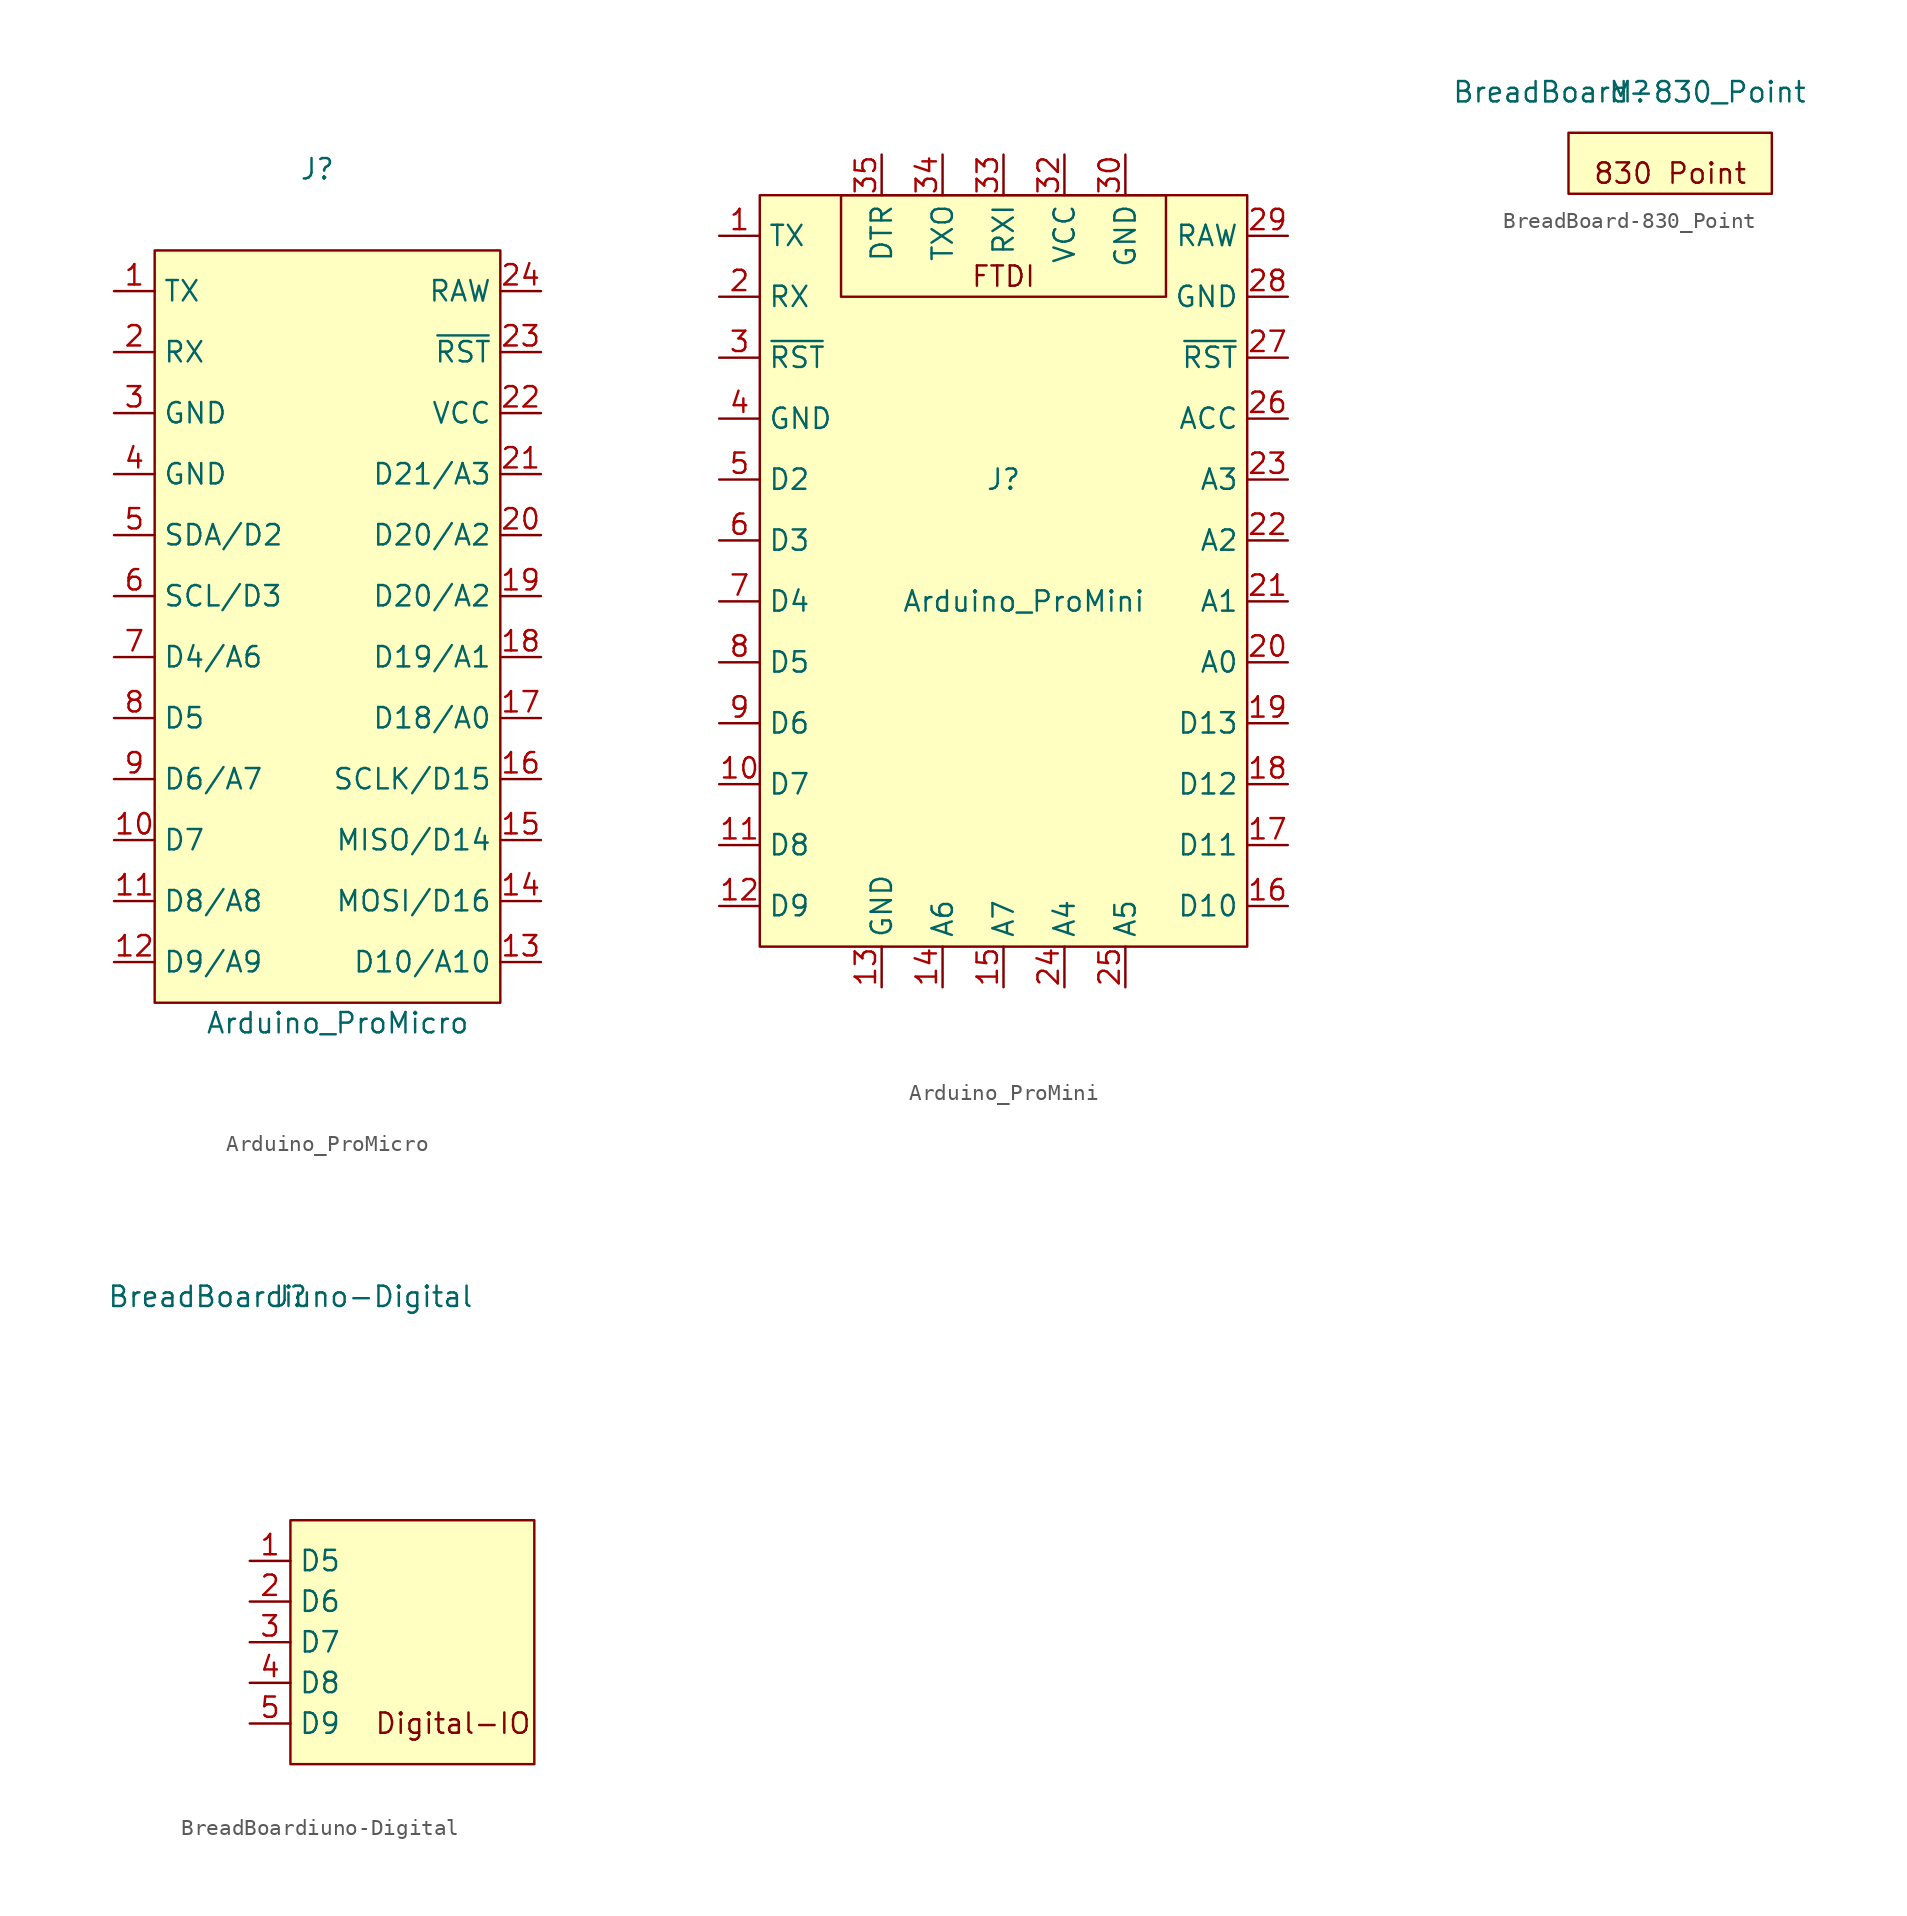
<source format=kicad_sym>
(kicad_symbol_lib
  (version 20231120)
  (generator "kicad_symbol_editor")
  (generator_version "8.0")
  (symbol "Arduino_ProMicro"
    (property "Reference" "J"
      (at 0 5.08 0)
      (effects (font (size 1.27 1.27))))
    (property "Value" "Arduino_ProMicro"
      (at 1.27 -48.26 0)
      (effects (font (size 1.27 1.27))))
    (symbol "Arduino_ProMicro_0_1"
      (rectangle (start -10.16 0) (end 11.43 -46.99) (stroke (width 0) (type default)) (fill (type background))))
    (symbol "Arduino_ProMicro_1_1"
      (pin input line (at -12.7 -2.54 0) (length 2.54) (name "TX" (effects (font (size 1.27 1.27)))) (number "1" (effects (font (size 1.27 1.27)))))
      (pin input line (at -12.7 -36.83 0) (length 2.54) (name "D7" (effects (font (size 1.27 1.27)))) (number "10" (effects (font (size 1.27 1.27)))))
      (pin input line (at -12.7 -40.64 0) (length 2.54) (name "D8/A8" (effects (font (size 1.27 1.27)))) (number "11" (effects (font (size 1.27 1.27)))))
      (pin input line (at -12.7 -44.45 0) (length 2.54) (name "D9/A9" (effects (font (size 1.27 1.27)))) (number "12" (effects (font (size 1.27 1.27)))))
      (pin input line (at 13.97 -44.45 180) (length 2.54) (name "D10/A10" (effects (font (size 1.27 1.27)))) (number "13" (effects (font (size 1.27 1.27)))))
      (pin input line (at 13.97 -40.64 180) (length 2.54) (name "MOSI/D16" (effects (font (size 1.27 1.27)))) (number "14" (effects (font (size 1.27 1.27)))))
      (pin input line (at 13.97 -36.83 180) (length 2.54) (name "MISO/D14" (effects (font (size 1.27 1.27)))) (number "15" (effects (font (size 1.27 1.27)))))
      (pin input line (at 13.97 -33.02 180) (length 2.54) (name "SCLK/D15" (effects (font (size 1.27 1.27)))) (number "16" (effects (font (size 1.27 1.27)))))
      (pin input line (at 13.97 -29.21 180) (length 2.54) (name "D18/A0" (effects (font (size 1.27 1.27)))) (number "17" (effects (font (size 1.27 1.27)))))
      (pin input line (at 13.97 -25.4 180) (length 2.54) (name "D19/A1" (effects (font (size 1.27 1.27)))) (number "18" (effects (font (size 1.27 1.27)))))
      (pin input line (at 13.97 -21.59 180) (length 2.54) (name "D20/A2" (effects (font (size 1.27 1.27)))) (number "19" (effects (font (size 1.27 1.27)))))
      (pin input line (at -12.7 -6.35 0) (length 2.54) (name "RX" (effects (font (size 1.27 1.27)))) (number "2" (effects (font (size 1.27 1.27)))))
      (pin input line (at 13.97 -17.78 180) (length 2.54) (name "D20/A2" (effects (font (size 1.27 1.27)))) (number "20" (effects (font (size 1.27 1.27)))))
      (pin input line (at 13.97 -13.97 180) (length 2.54) (name "D21/A3" (effects (font (size 1.27 1.27)))) (number "21" (effects (font (size 1.27 1.27)))))
      (pin input line (at 13.97 -10.16 180) (length 2.54) (name "VCC" (effects (font (size 1.27 1.27)))) (number "22" (effects (font (size 1.27 1.27)))))
      (pin input line (at 13.97 -6.35 180) (length 2.54) (name "~{RST}" (effects (font (size 1.27 1.27)))) (number "23" (effects (font (size 1.27 1.27)))))
      (pin input line (at 13.97 -2.54 180) (length 2.54) (name "RAW" (effects (font (size 1.27 1.27)))) (number "24" (effects (font (size 1.27 1.27)))))
      (pin input line (at -12.7 -10.16 0) (length 2.54) (name "GND" (effects (font (size 1.27 1.27)))) (number "3" (effects (font (size 1.27 1.27)))))
      (pin input line (at -12.7 -13.97 0) (length 2.54) (name "GND" (effects (font (size 1.27 1.27)))) (number "4" (effects (font (size 1.27 1.27)))))
      (pin input line (at -12.7 -17.78 0) (length 2.54) (name "SDA/D2" (effects (font (size 1.27 1.27)))) (number "5" (effects (font (size 1.27 1.27)))))
      (pin input line (at -12.7 -21.59 0) (length 2.54) (name "SCL/D3" (effects (font (size 1.27 1.27)))) (number "6" (effects (font (size 1.27 1.27)))))
      (pin input line (at -12.7 -25.4 0) (length 2.54) (name "D4/A6" (effects (font (size 1.27 1.27)))) (number "7" (effects (font (size 1.27 1.27)))))
      (pin input line (at -12.7 -29.21 0) (length 2.54) (name "D5" (effects (font (size 1.27 1.27)))) (number "8" (effects (font (size 1.27 1.27)))))
      (pin input line (at -12.7 -33.02 0) (length 2.54) (name "D6/A7" (effects (font (size 1.27 1.27)))) (number "9" (effects (font (size 1.27 1.27)))))))
  (symbol "Arduino_ProMini"
    (property "Reference" "J"
      (at 15.24 -17.78 0)
      (effects (font (size 1.27 1.27))))
    (property "Value" "Arduino_ProMini"
      (at 16.51 -25.4 0)
      (effects (font (size 1.27 1.27))))
    (symbol "Arduino_ProMini_0_0"
      (text "FTDI" (at 15.24 -5.08 0) (effects (font (size 1.27 1.27)))))
    (symbol "Arduino_ProMini_0_1"
      (rectangle (start 0 0) (end 30.48 -46.99) (stroke (width 0) (type default)) (fill (type background)))
      (rectangle (start 5.08 0) (end 25.4 -6.35) (stroke (width 0) (type default)) (fill (type background))))
    (symbol "Arduino_ProMini_1_1"
      (pin input line (at -2.54 -2.54 0) (length 2.54) (name "TX" (effects (font (size 1.27 1.27)))) (number "1" (effects (font (size 1.27 1.27)))))
      (pin input line (at -2.54 -36.83 0) (length 2.54) (name "D7" (effects (font (size 1.27 1.27)))) (number "10" (effects (font (size 1.27 1.27)))))
      (pin input line (at -2.54 -40.64 0) (length 2.54) (name "D8" (effects (font (size 1.27 1.27)))) (number "11" (effects (font (size 1.27 1.27)))))
      (pin input line (at -2.54 -44.45 0) (length 2.54) (name "D9" (effects (font (size 1.27 1.27)))) (number "12" (effects (font (size 1.27 1.27)))))
      (pin input line (at 7.62 -49.53 90) (length 2.54) (name "GND" (effects (font (size 1.27 1.27)))) (number "13" (effects (font (size 1.27 1.27)))))
      (pin input line (at 11.43 -49.53 90) (length 2.54) (name "A6" (effects (font (size 1.27 1.27)))) (number "14" (effects (font (size 1.27 1.27)))))
      (pin input line (at 15.24 -49.53 90) (length 2.54) (name "A7" (effects (font (size 1.27 1.27)))) (number "15" (effects (font (size 1.27 1.27)))))
      (pin input line (at 33.02 -44.45 180) (length 2.54) (name "D10" (effects (font (size 1.27 1.27)))) (number "16" (effects (font (size 1.27 1.27)))))
      (pin input line (at 33.02 -40.64 180) (length 2.54) (name "D11" (effects (font (size 1.27 1.27)))) (number "17" (effects (font (size 1.27 1.27)))))
      (pin input line (at 33.02 -36.83 180) (length 2.54) (name "D12" (effects (font (size 1.27 1.27)))) (number "18" (effects (font (size 1.27 1.27)))))
      (pin input line (at 33.02 -33.02 180) (length 2.54) (name "D13" (effects (font (size 1.27 1.27)))) (number "19" (effects (font (size 1.27 1.27)))))
      (pin input line (at -2.54 -6.35 0) (length 2.54) (name "RX" (effects (font (size 1.27 1.27)))) (number "2" (effects (font (size 1.27 1.27)))))
      (pin input line (at 33.02 -29.21 180) (length 2.54) (name "A0" (effects (font (size 1.27 1.27)))) (number "20" (effects (font (size 1.27 1.27)))))
      (pin input line (at 33.02 -25.4 180) (length 2.54) (name "A1" (effects (font (size 1.27 1.27)))) (number "21" (effects (font (size 1.27 1.27)))))
      (pin input line (at 33.02 -21.59 180) (length 2.54) (name "A2" (effects (font (size 1.27 1.27)))) (number "22" (effects (font (size 1.27 1.27)))))
      (pin input line (at 33.02 -17.78 180) (length 2.54) (name "A3" (effects (font (size 1.27 1.27)))) (number "23" (effects (font (size 1.27 1.27)))))
      (pin input line (at 19.05 -49.53 90) (length 2.54) (name "A4" (effects (font (size 1.27 1.27)))) (number "24" (effects (font (size 1.27 1.27)))))
      (pin input line (at 22.86 -49.53 90) (length 2.54) (name "A5" (effects (font (size 1.27 1.27)))) (number "25" (effects (font (size 1.27 1.27)))))
      (pin input line (at 33.02 -13.97 180) (length 2.54) (name "ACC" (effects (font (size 1.27 1.27)))) (number "26" (effects (font (size 1.27 1.27)))))
      (pin input line (at 33.02 -10.16 180) (length 2.54) (name "~{RST}" (effects (font (size 1.27 1.27)))) (number "27" (effects (font (size 1.27 1.27)))))
      (pin input line (at 33.02 -6.35 180) (length 2.54) (name "GND" (effects (font (size 1.27 1.27)))) (number "28" (effects (font (size 1.27 1.27)))))
      (pin input line (at 33.02 -2.54 180) (length 2.54) (name "RAW" (effects (font (size 1.27 1.27)))) (number "29" (effects (font (size 1.27 1.27)))))
      (pin input line (at -2.54 -10.16 0) (length 2.54) (name "~{RST}" (effects (font (size 1.27 1.27)))) (number "3" (effects (font (size 1.27 1.27)))))
      (pin input line (at 22.86 2.54 270) (length 2.54) (name "GND" (effects (font (size 1.27 1.27)))) (number "30" (effects (font (size 1.27 1.27)))))
      (pin input line (at 22.86 2.54 270) (length 2.54) hide (name "GND" (effects (font (size 1.27 1.27)))) (number "31" (effects (font (size 1.27 1.27)))))
      (pin input line (at 19.05 2.54 270) (length 2.54) (name "VCC" (effects (font (size 1.27 1.27)))) (number "32" (effects (font (size 1.27 1.27)))))
      (pin input line (at 15.24 2.54 270) (length 2.54) (name "RXI" (effects (font (size 1.27 1.27)))) (number "33" (effects (font (size 1.27 1.27)))))
      (pin input line (at 11.43 2.54 270) (length 2.54) (name "TXO" (effects (font (size 1.27 1.27)))) (number "34" (effects (font (size 1.27 1.27)))))
      (pin input line (at 7.62 2.54 270) (length 2.54) (name "DTR" (effects (font (size 1.27 1.27)))) (number "35" (effects (font (size 1.27 1.27)))))
      (pin input line (at -2.54 -13.97 0) (length 2.54) (name "GND" (effects (font (size 1.27 1.27)))) (number "4" (effects (font (size 1.27 1.27)))))
      (pin input line (at -2.54 -17.78 0) (length 2.54) (name "D2" (effects (font (size 1.27 1.27)))) (number "5" (effects (font (size 1.27 1.27)))))
      (pin input line (at -2.54 -21.59 0) (length 2.54) (name "D3" (effects (font (size 1.27 1.27)))) (number "6" (effects (font (size 1.27 1.27)))))
      (pin input line (at -2.54 -25.4 0) (length 2.54) (name "D4" (effects (font (size 1.27 1.27)))) (number "7" (effects (font (size 1.27 1.27)))))
      (pin input line (at -2.54 -29.21 0) (length 2.54) (name "D5" (effects (font (size 1.27 1.27)))) (number "8" (effects (font (size 1.27 1.27)))))
      (pin input line (at -2.54 -33.02 0) (length 2.54) (name "D6" (effects (font (size 1.27 1.27)))) (number "9" (effects (font (size 1.27 1.27)))))))
  (symbol "BreadBoard-830_Point"
    (property "Reference" "M"
      (at 0 0 0)
      (effects (font (size 1.27 1.27))))
    (property "Value" "BreadBoard-830_Point"
      (at 0 0 0)
      (effects (font (size 1.27 1.27))))
    (symbol "BreadBoard-830_Point_0_0"
      (text "830 Point" (at 2.54 -5.08 0) (effects (font (size 1.27 1.27)))))
    (symbol "BreadBoard-830_Point_0_1"
      (rectangle (start -3.81 -2.54) (end 8.89 -6.35) (stroke (width 0) (type default)) (fill (type background)))))
  (symbol "BreadBoardiuno-Digital"
    (property "Reference" "J"
      (at 0 0 0)
      (effects (font (size 1.27 1.27))))
    (property "Value" "BreadBoardiuno-Digital"
      (at 0 0 0)
      (effects (font (size 1.27 1.27))))
    (symbol "BreadBoardiuno-Digital_0_0"
      (text "Digital-IO" (at 10.16 -26.67 0) (effects (font (size 1.27 1.27)))))
    (symbol "BreadBoardiuno-Digital_0_1"
      (rectangle (start 0 -13.97) (end 15.24 -29.21) (stroke (width 0) (type default)) (fill (type background))))
    (symbol "BreadBoardiuno-Digital_1_1"
      (pin input line (at -2.54 -16.51 0) (length 2.54) (name "D5" (effects (font (size 1.27 1.27)))) (number "1" (effects (font (size 1.27 1.27)))))
      (pin input line (at -2.54 -19.05 0) (length 2.54) (name "D6" (effects (font (size 1.27 1.27)))) (number "2" (effects (font (size 1.27 1.27)))))
      (pin input line (at -2.54 -21.59 0) (length 2.54) (name "D7" (effects (font (size 1.27 1.27)))) (number "3" (effects (font (size 1.27 1.27)))))
      (pin input line (at -2.54 -24.13 0) (length 2.54) (name "D8" (effects (font (size 1.27 1.27)))) (number "4" (effects (font (size 1.27 1.27)))))
      (pin input line (at -2.54 -26.67 0) (length 2.54) (name "D9" (effects (font (size 1.27 1.27)))) (number "5" (effects (font (size 1.27 1.27))))))))
</source>
